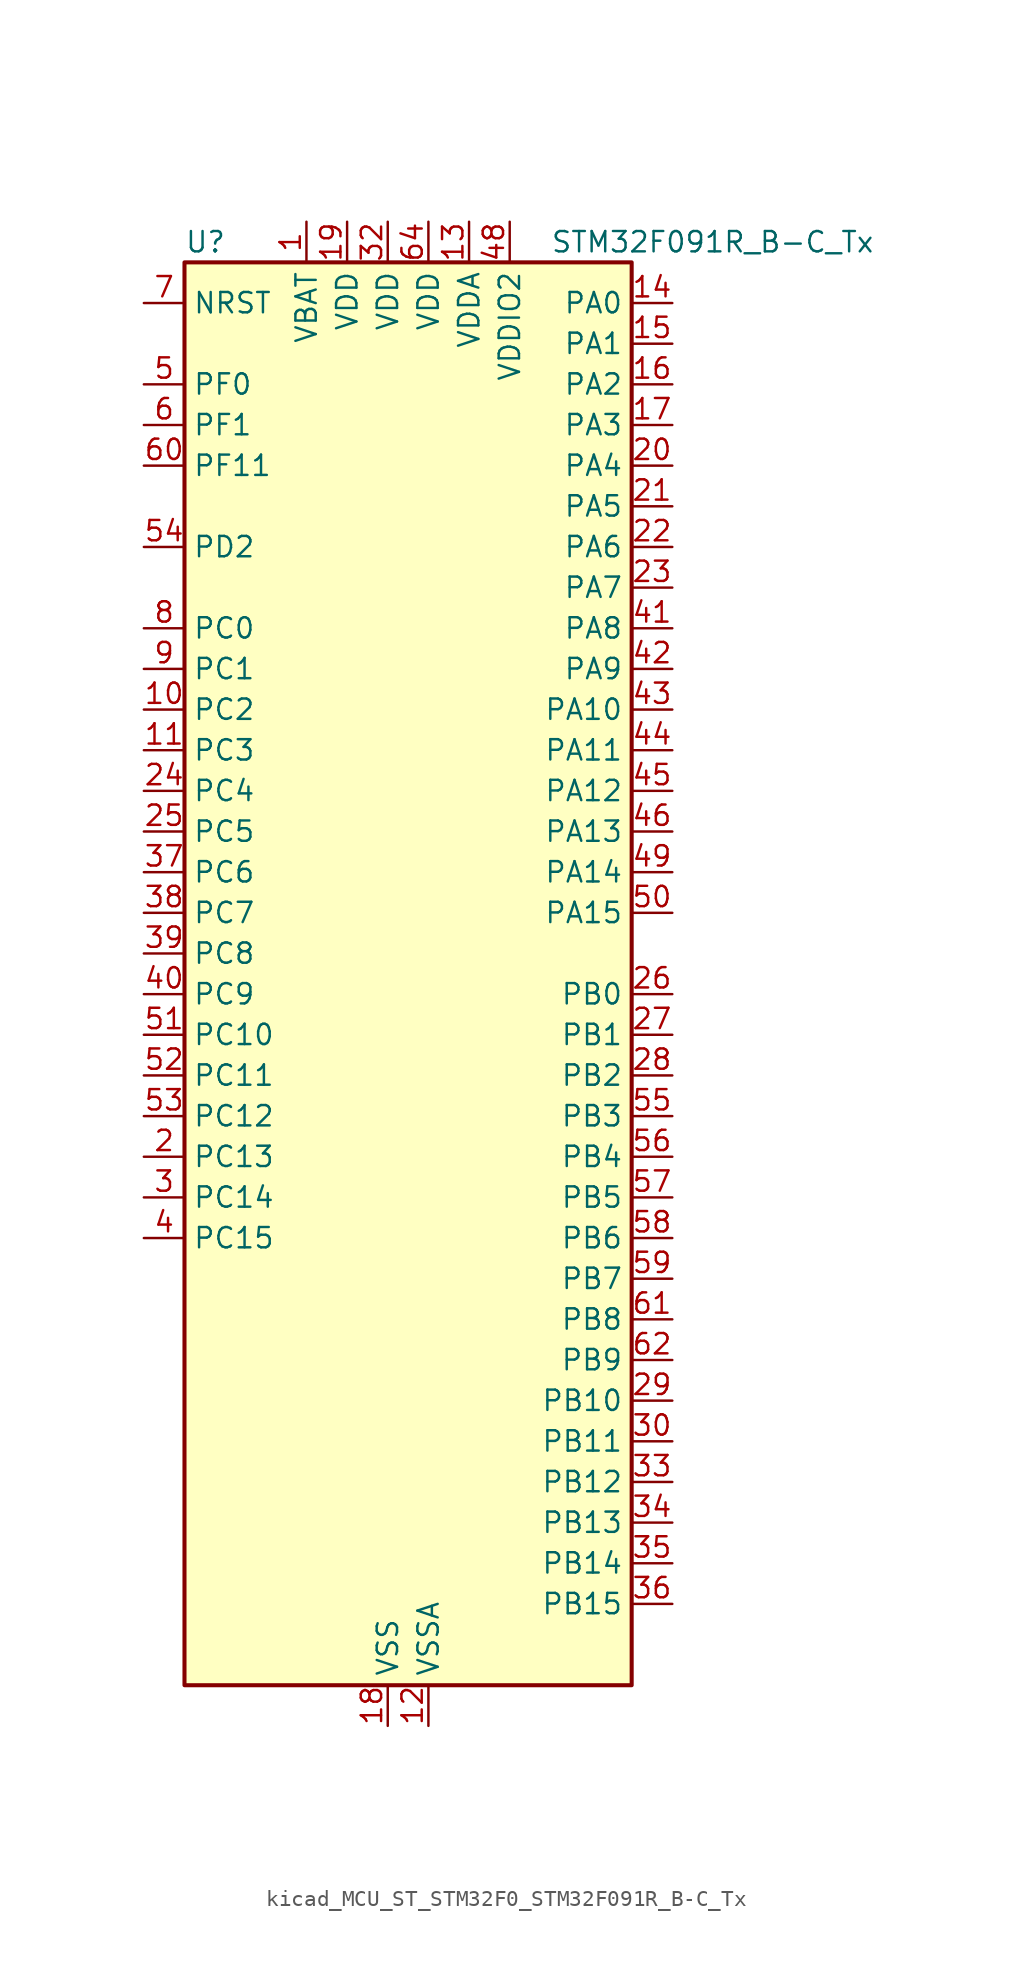
<source format=kicad_sym>
(kicad_symbol_lib
  (version 20220914)
  (generator kicad_symbol_editor)
  (symbol "kicad_MCU_ST_STM32F0_STM32F091R_B-C_Tx"
    (property "Reference" "U"
      (at -12.7 46.99 0)
      (effects (font (size 1.27 1.27)) (justify left)))
    (property "Value" "STM32F091R_B-C_Tx"
      (at 10.16 46.99 0)
      (effects (font (size 1.27 1.27)) (justify left)))
    (property "ki_locked" ""
      (at 0 0 0)
      (effects (font (size 1.27 1.27))))
    (symbol "kicad_MCU_ST_STM32F0_STM32F091R_B-C_Tx_0_1"
      (rectangle (start -12.7 -43.18) (end 15.24 45.72) (stroke (width 0.254) (type default)) (fill (type background))))
    (symbol "kicad_MCU_ST_STM32F0_STM32F091R_B-C_Tx_1_1"
      (pin power_in line (at -5.08 48.26 270) (length 2.54) (name "VBAT" (effects (font (size 1.27 1.27)))) (number "1" (effects (font (size 1.27 1.27)))))
      (pin bidirectional line (at -15.24 17.78 0) (length 2.54) (name "PC2" (effects (font (size 1.27 1.27)))) (number "10" (effects (font (size 1.27 1.27)))) (alternate "ADC_IN12" bidirectional line) (alternate "I2S2_MCK" bidirectional line) (alternate "SPI2_MISO" bidirectional line) (alternate "USART8_TX" bidirectional line))
      (pin bidirectional line (at -15.24 15.24 0) (length 2.54) (name "PC3" (effects (font (size 1.27 1.27)))) (number "11" (effects (font (size 1.27 1.27)))) (alternate "ADC_IN13" bidirectional line) (alternate "I2S2_SD" bidirectional line) (alternate "SPI2_MOSI" bidirectional line) (alternate "USART8_RX" bidirectional line))
      (pin power_in line (at 2.54 -45.72 90) (length 2.54) (name "VSSA" (effects (font (size 1.27 1.27)))) (number "12" (effects (font (size 1.27 1.27)))))
      (pin power_in line (at 5.08 48.26 270) (length 2.54) (name "VDDA" (effects (font (size 1.27 1.27)))) (number "13" (effects (font (size 1.27 1.27)))))
      (pin bidirectional line (at 17.78 43.18 180) (length 2.54) (name "PA0" (effects (font (size 1.27 1.27)))) (number "14" (effects (font (size 1.27 1.27)))) (alternate "ADC_IN0" bidirectional line) (alternate "COMP1_INM" bidirectional line) (alternate "COMP1_OUT" bidirectional line) (alternate "RTC_TAMP2" bidirectional line) (alternate "SYS_WKUP1" bidirectional line) (alternate "TIM2_CH1" bidirectional line) (alternate "TIM2_ETR" bidirectional line) (alternate "TSC_G1_IO1" bidirectional line) (alternate "USART2_CTS" bidirectional line) (alternate "USART4_TX" bidirectional line))
      (pin bidirectional line (at 17.78 40.64 180) (length 2.54) (name "PA1" (effects (font (size 1.27 1.27)))) (number "15" (effects (font (size 1.27 1.27)))) (alternate "ADC_IN1" bidirectional line) (alternate "COMP1_INP" bidirectional line) (alternate "TIM15_CH1N" bidirectional line) (alternate "TIM2_CH2" bidirectional line) (alternate "TSC_G1_IO2" bidirectional line) (alternate "USART2_DE" bidirectional line) (alternate "USART2_RTS" bidirectional line) (alternate "USART4_RX" bidirectional line))
      (pin bidirectional line (at 17.78 38.1 180) (length 2.54) (name "PA2" (effects (font (size 1.27 1.27)))) (number "16" (effects (font (size 1.27 1.27)))) (alternate "ADC_IN2" bidirectional line) (alternate "COMP2_INM" bidirectional line) (alternate "COMP2_OUT" bidirectional line) (alternate "SYS_WKUP4" bidirectional line) (alternate "TIM15_CH1" bidirectional line) (alternate "TIM2_CH3" bidirectional line) (alternate "TSC_G1_IO3" bidirectional line) (alternate "USART2_TX" bidirectional line))
      (pin bidirectional line (at 17.78 35.56 180) (length 2.54) (name "PA3" (effects (font (size 1.27 1.27)))) (number "17" (effects (font (size 1.27 1.27)))) (alternate "ADC_IN3" bidirectional line) (alternate "COMP2_INP" bidirectional line) (alternate "TIM15_CH2" bidirectional line) (alternate "TIM2_CH4" bidirectional line) (alternate "TSC_G1_IO4" bidirectional line) (alternate "USART2_RX" bidirectional line))
      (pin power_in line (at 0 -45.72 90) (length 2.54) (name "VSS" (effects (font (size 1.27 1.27)))) (number "18" (effects (font (size 1.27 1.27)))))
      (pin power_in line (at -2.54 48.26 270) (length 2.54) (name "VDD" (effects (font (size 1.27 1.27)))) (number "19" (effects (font (size 1.27 1.27)))))
      (pin bidirectional line (at -15.24 -10.16 0) (length 2.54) (name "PC13" (effects (font (size 1.27 1.27)))) (number "2" (effects (font (size 1.27 1.27)))) (alternate "RTC_OUT_ALARM" bidirectional line) (alternate "RTC_OUT_CALIB" bidirectional line) (alternate "RTC_TAMP1" bidirectional line) (alternate "RTC_TS" bidirectional line) (alternate "SYS_WKUP2" bidirectional line))
      (pin bidirectional line (at 17.78 33.02 180) (length 2.54) (name "PA4" (effects (font (size 1.27 1.27)))) (number "20" (effects (font (size 1.27 1.27)))) (alternate "ADC_IN4" bidirectional line) (alternate "COMP1_INM" bidirectional line) (alternate "COMP2_INM" bidirectional line) (alternate "DAC_OUT1" bidirectional line) (alternate "I2S1_WS" bidirectional line) (alternate "SPI1_NSS" bidirectional line) (alternate "TIM14_CH1" bidirectional line) (alternate "TSC_G2_IO1" bidirectional line) (alternate "USART2_CK" bidirectional line) (alternate "USART6_TX" bidirectional line))
      (pin bidirectional line (at 17.78 30.48 180) (length 2.54) (name "PA5" (effects (font (size 1.27 1.27)))) (number "21" (effects (font (size 1.27 1.27)))) (alternate "ADC_IN5" bidirectional line) (alternate "CEC" bidirectional line) (alternate "COMP1_INM" bidirectional line) (alternate "COMP2_INM" bidirectional line) (alternate "DAC_OUT2" bidirectional line) (alternate "I2S1_CK" bidirectional line) (alternate "SPI1_SCK" bidirectional line) (alternate "TIM2_CH1" bidirectional line) (alternate "TIM2_ETR" bidirectional line) (alternate "TSC_G2_IO2" bidirectional line) (alternate "USART6_RX" bidirectional line))
      (pin bidirectional line (at 17.78 27.94 180) (length 2.54) (name "PA6" (effects (font (size 1.27 1.27)))) (number "22" (effects (font (size 1.27 1.27)))) (alternate "ADC_IN6" bidirectional line) (alternate "COMP1_OUT" bidirectional line) (alternate "I2S1_MCK" bidirectional line) (alternate "SPI1_MISO" bidirectional line) (alternate "TIM16_CH1" bidirectional line) (alternate "TIM1_BKIN" bidirectional line) (alternate "TIM3_CH1" bidirectional line) (alternate "TSC_G2_IO3" bidirectional line) (alternate "USART3_CTS" bidirectional line))
      (pin bidirectional line (at 17.78 25.4 180) (length 2.54) (name "PA7" (effects (font (size 1.27 1.27)))) (number "23" (effects (font (size 1.27 1.27)))) (alternate "ADC_IN7" bidirectional line) (alternate "COMP2_OUT" bidirectional line) (alternate "I2S1_SD" bidirectional line) (alternate "SPI1_MOSI" bidirectional line) (alternate "TIM14_CH1" bidirectional line) (alternate "TIM17_CH1" bidirectional line) (alternate "TIM1_CH1N" bidirectional line) (alternate "TIM3_CH2" bidirectional line) (alternate "TSC_G2_IO4" bidirectional line))
      (pin bidirectional line (at -15.24 12.7 0) (length 2.54) (name "PC4" (effects (font (size 1.27 1.27)))) (number "24" (effects (font (size 1.27 1.27)))) (alternate "ADC_IN14" bidirectional line) (alternate "USART3_TX" bidirectional line))
      (pin bidirectional line (at -15.24 10.16 0) (length 2.54) (name "PC5" (effects (font (size 1.27 1.27)))) (number "25" (effects (font (size 1.27 1.27)))) (alternate "ADC_IN15" bidirectional line) (alternate "SYS_WKUP5" bidirectional line) (alternate "TSC_G3_IO1" bidirectional line) (alternate "USART3_RX" bidirectional line))
      (pin bidirectional line (at 17.78 0 180) (length 2.54) (name "PB0" (effects (font (size 1.27 1.27)))) (number "26" (effects (font (size 1.27 1.27)))) (alternate "ADC_IN8" bidirectional line) (alternate "TIM1_CH2N" bidirectional line) (alternate "TIM3_CH3" bidirectional line) (alternate "TSC_G3_IO2" bidirectional line) (alternate "USART3_CK" bidirectional line))
      (pin bidirectional line (at 17.78 -2.54 180) (length 2.54) (name "PB1" (effects (font (size 1.27 1.27)))) (number "27" (effects (font (size 1.27 1.27)))) (alternate "ADC_IN9" bidirectional line) (alternate "TIM14_CH1" bidirectional line) (alternate "TIM1_CH3N" bidirectional line) (alternate "TIM3_CH4" bidirectional line) (alternate "TSC_G3_IO3" bidirectional line) (alternate "USART3_DE" bidirectional line) (alternate "USART3_RTS" bidirectional line))
      (pin bidirectional line (at 17.78 -5.08 180) (length 2.54) (name "PB2" (effects (font (size 1.27 1.27)))) (number "28" (effects (font (size 1.27 1.27)))) (alternate "TSC_G3_IO4" bidirectional line))
      (pin bidirectional line (at 17.78 -25.4 180) (length 2.54) (name "PB10" (effects (font (size 1.27 1.27)))) (number "29" (effects (font (size 1.27 1.27)))) (alternate "CEC" bidirectional line) (alternate "I2C2_SCL" bidirectional line) (alternate "I2S2_CK" bidirectional line) (alternate "SPI2_SCK" bidirectional line) (alternate "TIM2_CH3" bidirectional line) (alternate "TSC_SYNC" bidirectional line) (alternate "USART3_TX" bidirectional line))
      (pin bidirectional line (at -15.24 -12.7 0) (length 2.54) (name "PC14" (effects (font (size 1.27 1.27)))) (number "3" (effects (font (size 1.27 1.27)))) (alternate "RCC_OSC32_IN" bidirectional line))
      (pin bidirectional line (at 17.78 -27.94 180) (length 2.54) (name "PB11" (effects (font (size 1.27 1.27)))) (number "30" (effects (font (size 1.27 1.27)))) (alternate "I2C2_SDA" bidirectional line) (alternate "TIM2_CH4" bidirectional line) (alternate "TSC_G6_IO1" bidirectional line) (alternate "USART3_RX" bidirectional line))
      (pin passive line (at 0 -45.72 90) (length 2.54) hide (name "VSS" (effects (font (size 1.27 1.27)))) (number "31" (effects (font (size 1.27 1.27)))))
      (pin power_in line (at 0 48.26 270) (length 2.54) (name "VDD" (effects (font (size 1.27 1.27)))) (number "32" (effects (font (size 1.27 1.27)))))
      (pin bidirectional line (at 17.78 -30.48 180) (length 2.54) (name "PB12" (effects (font (size 1.27 1.27)))) (number "33" (effects (font (size 1.27 1.27)))) (alternate "I2S2_WS" bidirectional line) (alternate "SPI2_NSS" bidirectional line) (alternate "TIM15_BKIN" bidirectional line) (alternate "TIM1_BKIN" bidirectional line) (alternate "TSC_G6_IO2" bidirectional line) (alternate "USART3_CK" bidirectional line))
      (pin bidirectional line (at 17.78 -33.02 180) (length 2.54) (name "PB13" (effects (font (size 1.27 1.27)))) (number "34" (effects (font (size 1.27 1.27)))) (alternate "I2C2_SCL" bidirectional line) (alternate "I2S2_CK" bidirectional line) (alternate "SPI2_SCK" bidirectional line) (alternate "TIM1_CH1N" bidirectional line) (alternate "TSC_G6_IO3" bidirectional line) (alternate "USART3_CTS" bidirectional line))
      (pin bidirectional line (at 17.78 -35.56 180) (length 2.54) (name "PB14" (effects (font (size 1.27 1.27)))) (number "35" (effects (font (size 1.27 1.27)))) (alternate "I2C2_SDA" bidirectional line) (alternate "I2S2_MCK" bidirectional line) (alternate "SPI2_MISO" bidirectional line) (alternate "TIM15_CH1" bidirectional line) (alternate "TIM1_CH2N" bidirectional line) (alternate "TSC_G6_IO4" bidirectional line) (alternate "USART3_DE" bidirectional line) (alternate "USART3_RTS" bidirectional line))
      (pin bidirectional line (at 17.78 -38.1 180) (length 2.54) (name "PB15" (effects (font (size 1.27 1.27)))) (number "36" (effects (font (size 1.27 1.27)))) (alternate "I2S2_SD" bidirectional line) (alternate "RTC_REFIN" bidirectional line) (alternate "SPI2_MOSI" bidirectional line) (alternate "SYS_WKUP7" bidirectional line) (alternate "TIM15_CH1N" bidirectional line) (alternate "TIM15_CH2" bidirectional line) (alternate "TIM1_CH3N" bidirectional line))
      (pin bidirectional line (at -15.24 7.62 0) (length 2.54) (name "PC6" (effects (font (size 1.27 1.27)))) (number "37" (effects (font (size 1.27 1.27)))) (alternate "TIM3_CH1" bidirectional line) (alternate "USART7_TX" bidirectional line))
      (pin bidirectional line (at -15.24 5.08 0) (length 2.54) (name "PC7" (effects (font (size 1.27 1.27)))) (number "38" (effects (font (size 1.27 1.27)))) (alternate "TIM3_CH2" bidirectional line) (alternate "USART7_RX" bidirectional line))
      (pin bidirectional line (at -15.24 2.54 0) (length 2.54) (name "PC8" (effects (font (size 1.27 1.27)))) (number "39" (effects (font (size 1.27 1.27)))) (alternate "TIM3_CH3" bidirectional line) (alternate "USART8_TX" bidirectional line))
      (pin bidirectional line (at -15.24 -15.24 0) (length 2.54) (name "PC15" (effects (font (size 1.27 1.27)))) (number "4" (effects (font (size 1.27 1.27)))) (alternate "RCC_OSC32_OUT" bidirectional line))
      (pin bidirectional line (at -15.24 0 0) (length 2.54) (name "PC9" (effects (font (size 1.27 1.27)))) (number "40" (effects (font (size 1.27 1.27)))) (alternate "DAC_EXTI9" bidirectional line) (alternate "TIM3_CH4" bidirectional line) (alternate "USART8_RX" bidirectional line))
      (pin bidirectional line (at 17.78 22.86 180) (length 2.54) (name "PA8" (effects (font (size 1.27 1.27)))) (number "41" (effects (font (size 1.27 1.27)))) (alternate "CRS_SYNC" bidirectional line) (alternate "RCC_MCO" bidirectional line) (alternate "TIM1_CH1" bidirectional line) (alternate "USART1_CK" bidirectional line))
      (pin bidirectional line (at 17.78 20.32 180) (length 2.54) (name "PA9" (effects (font (size 1.27 1.27)))) (number "42" (effects (font (size 1.27 1.27)))) (alternate "DAC_EXTI9" bidirectional line) (alternate "I2C1_SCL" bidirectional line) (alternate "RCC_MCO" bidirectional line) (alternate "TIM15_BKIN" bidirectional line) (alternate "TIM1_CH2" bidirectional line) (alternate "TSC_G4_IO1" bidirectional line) (alternate "USART1_TX" bidirectional line))
      (pin bidirectional line (at 17.78 17.78 180) (length 2.54) (name "PA10" (effects (font (size 1.27 1.27)))) (number "43" (effects (font (size 1.27 1.27)))) (alternate "I2C1_SDA" bidirectional line) (alternate "TIM17_BKIN" bidirectional line) (alternate "TIM1_CH3" bidirectional line) (alternate "TSC_G4_IO2" bidirectional line) (alternate "USART1_RX" bidirectional line))
      (pin bidirectional line (at 17.78 15.24 180) (length 2.54) (name "PA11" (effects (font (size 1.27 1.27)))) (number "44" (effects (font (size 1.27 1.27)))) (alternate "CAN_RX" bidirectional line) (alternate "COMP1_OUT" bidirectional line) (alternate "I2C2_SCL" bidirectional line) (alternate "TIM1_CH4" bidirectional line) (alternate "TSC_G4_IO3" bidirectional line) (alternate "USART1_CTS" bidirectional line))
      (pin bidirectional line (at 17.78 12.7 180) (length 2.54) (name "PA12" (effects (font (size 1.27 1.27)))) (number "45" (effects (font (size 1.27 1.27)))) (alternate "CAN_TX" bidirectional line) (alternate "COMP2_OUT" bidirectional line) (alternate "I2C2_SDA" bidirectional line) (alternate "TIM1_ETR" bidirectional line) (alternate "TSC_G4_IO4" bidirectional line) (alternate "USART1_DE" bidirectional line) (alternate "USART1_RTS" bidirectional line))
      (pin bidirectional line (at 17.78 10.16 180) (length 2.54) (name "PA13" (effects (font (size 1.27 1.27)))) (number "46" (effects (font (size 1.27 1.27)))) (alternate "IR_OUT" bidirectional line) (alternate "SYS_SWDIO" bidirectional line))
      (pin passive line (at 0 -45.72 90) (length 2.54) hide (name "VSS" (effects (font (size 1.27 1.27)))) (number "47" (effects (font (size 1.27 1.27)))))
      (pin power_in line (at 7.62 48.26 270) (length 2.54) (name "VDDIO2" (effects (font (size 1.27 1.27)))) (number "48" (effects (font (size 1.27 1.27)))))
      (pin bidirectional line (at 17.78 7.62 180) (length 2.54) (name "PA14" (effects (font (size 1.27 1.27)))) (number "49" (effects (font (size 1.27 1.27)))) (alternate "SYS_SWCLK" bidirectional line) (alternate "USART2_TX" bidirectional line))
      (pin bidirectional line (at -15.24 38.1 0) (length 2.54) (name "PF0" (effects (font (size 1.27 1.27)))) (number "5" (effects (font (size 1.27 1.27)))) (alternate "CRS_SYNC" bidirectional line) (alternate "I2C1_SDA" bidirectional line) (alternate "RCC_OSC_IN" bidirectional line))
      (pin bidirectional line (at 17.78 5.08 180) (length 2.54) (name "PA15" (effects (font (size 1.27 1.27)))) (number "50" (effects (font (size 1.27 1.27)))) (alternate "I2S1_WS" bidirectional line) (alternate "SPI1_NSS" bidirectional line) (alternate "TIM2_CH1" bidirectional line) (alternate "TIM2_ETR" bidirectional line) (alternate "USART2_RX" bidirectional line) (alternate "USART4_DE" bidirectional line) (alternate "USART4_RTS" bidirectional line))
      (pin bidirectional line (at -15.24 -2.54 0) (length 2.54) (name "PC10" (effects (font (size 1.27 1.27)))) (number "51" (effects (font (size 1.27 1.27)))) (alternate "USART3_TX" bidirectional line) (alternate "USART4_TX" bidirectional line))
      (pin bidirectional line (at -15.24 -5.08 0) (length 2.54) (name "PC11" (effects (font (size 1.27 1.27)))) (number "52" (effects (font (size 1.27 1.27)))) (alternate "USART3_RX" bidirectional line) (alternate "USART4_RX" bidirectional line))
      (pin bidirectional line (at -15.24 -7.62 0) (length 2.54) (name "PC12" (effects (font (size 1.27 1.27)))) (number "53" (effects (font (size 1.27 1.27)))) (alternate "USART3_CK" bidirectional line) (alternate "USART4_CK" bidirectional line) (alternate "USART5_TX" bidirectional line))
      (pin bidirectional line (at -15.24 27.94 0) (length 2.54) (name "PD2" (effects (font (size 1.27 1.27)))) (number "54" (effects (font (size 1.27 1.27)))) (alternate "TIM3_ETR" bidirectional line) (alternate "USART3_DE" bidirectional line) (alternate "USART3_RTS" bidirectional line) (alternate "USART5_RX" bidirectional line))
      (pin bidirectional line (at 17.78 -7.62 180) (length 2.54) (name "PB3" (effects (font (size 1.27 1.27)))) (number "55" (effects (font (size 1.27 1.27)))) (alternate "I2S1_CK" bidirectional line) (alternate "SPI1_SCK" bidirectional line) (alternate "TIM2_CH2" bidirectional line) (alternate "TSC_G5_IO1" bidirectional line) (alternate "USART5_TX" bidirectional line))
      (pin bidirectional line (at 17.78 -10.16 180) (length 2.54) (name "PB4" (effects (font (size 1.27 1.27)))) (number "56" (effects (font (size 1.27 1.27)))) (alternate "I2S1_MCK" bidirectional line) (alternate "SPI1_MISO" bidirectional line) (alternate "TIM17_BKIN" bidirectional line) (alternate "TIM3_CH1" bidirectional line) (alternate "TSC_G5_IO2" bidirectional line) (alternate "USART5_RX" bidirectional line))
      (pin bidirectional line (at 17.78 -12.7 180) (length 2.54) (name "PB5" (effects (font (size 1.27 1.27)))) (number "57" (effects (font (size 1.27 1.27)))) (alternate "I2C1_SMBA" bidirectional line) (alternate "I2S1_SD" bidirectional line) (alternate "SPI1_MOSI" bidirectional line) (alternate "SYS_WKUP6" bidirectional line) (alternate "TIM16_BKIN" bidirectional line) (alternate "TIM3_CH2" bidirectional line) (alternate "USART5_CK" bidirectional line) (alternate "USART5_DE" bidirectional line) (alternate "USART5_RTS" bidirectional line))
      (pin bidirectional line (at 17.78 -15.24 180) (length 2.54) (name "PB6" (effects (font (size 1.27 1.27)))) (number "58" (effects (font (size 1.27 1.27)))) (alternate "I2C1_SCL" bidirectional line) (alternate "TIM16_CH1N" bidirectional line) (alternate "TSC_G5_IO3" bidirectional line) (alternate "USART1_TX" bidirectional line))
      (pin bidirectional line (at 17.78 -17.78 180) (length 2.54) (name "PB7" (effects (font (size 1.27 1.27)))) (number "59" (effects (font (size 1.27 1.27)))) (alternate "I2C1_SDA" bidirectional line) (alternate "TIM17_CH1N" bidirectional line) (alternate "TSC_G5_IO4" bidirectional line) (alternate "USART1_RX" bidirectional line) (alternate "USART4_CTS" bidirectional line))
      (pin bidirectional line (at -15.24 35.56 0) (length 2.54) (name "PF1" (effects (font (size 1.27 1.27)))) (number "6" (effects (font (size 1.27 1.27)))) (alternate "I2C1_SCL" bidirectional line) (alternate "RCC_OSC_OUT" bidirectional line))
      (pin bidirectional line (at -15.24 33.02 0) (length 2.54) (name "PF11" (effects (font (size 1.27 1.27)))) (number "60" (effects (font (size 1.27 1.27)))))
      (pin bidirectional line (at 17.78 -20.32 180) (length 2.54) (name "PB8" (effects (font (size 1.27 1.27)))) (number "61" (effects (font (size 1.27 1.27)))) (alternate "CAN_RX" bidirectional line) (alternate "CEC" bidirectional line) (alternate "I2C1_SCL" bidirectional line) (alternate "TIM16_CH1" bidirectional line) (alternate "TSC_SYNC" bidirectional line))
      (pin bidirectional line (at 17.78 -22.86 180) (length 2.54) (name "PB9" (effects (font (size 1.27 1.27)))) (number "62" (effects (font (size 1.27 1.27)))) (alternate "CAN_TX" bidirectional line) (alternate "DAC_EXTI9" bidirectional line) (alternate "I2C1_SDA" bidirectional line) (alternate "I2S2_WS" bidirectional line) (alternate "IR_OUT" bidirectional line) (alternate "SPI2_NSS" bidirectional line) (alternate "TIM17_CH1" bidirectional line))
      (pin passive line (at 0 -45.72 90) (length 2.54) hide (name "VSS" (effects (font (size 1.27 1.27)))) (number "63" (effects (font (size 1.27 1.27)))))
      (pin power_in line (at 2.54 48.26 270) (length 2.54) (name "VDD" (effects (font (size 1.27 1.27)))) (number "64" (effects (font (size 1.27 1.27)))))
      (pin input line (at -15.24 43.18 0) (length 2.54) (name "NRST" (effects (font (size 1.27 1.27)))) (number "7" (effects (font (size 1.27 1.27)))))
      (pin bidirectional line (at -15.24 22.86 0) (length 2.54) (name "PC0" (effects (font (size 1.27 1.27)))) (number "8" (effects (font (size 1.27 1.27)))) (alternate "ADC_IN10" bidirectional line) (alternate "USART6_TX" bidirectional line) (alternate "USART7_TX" bidirectional line))
      (pin bidirectional line (at -15.24 20.32 0) (length 2.54) (name "PC1" (effects (font (size 1.27 1.27)))) (number "9" (effects (font (size 1.27 1.27)))) (alternate "ADC_IN11" bidirectional line) (alternate "USART6_RX" bidirectional line) (alternate "USART7_RX" bidirectional line)))))
</source>
